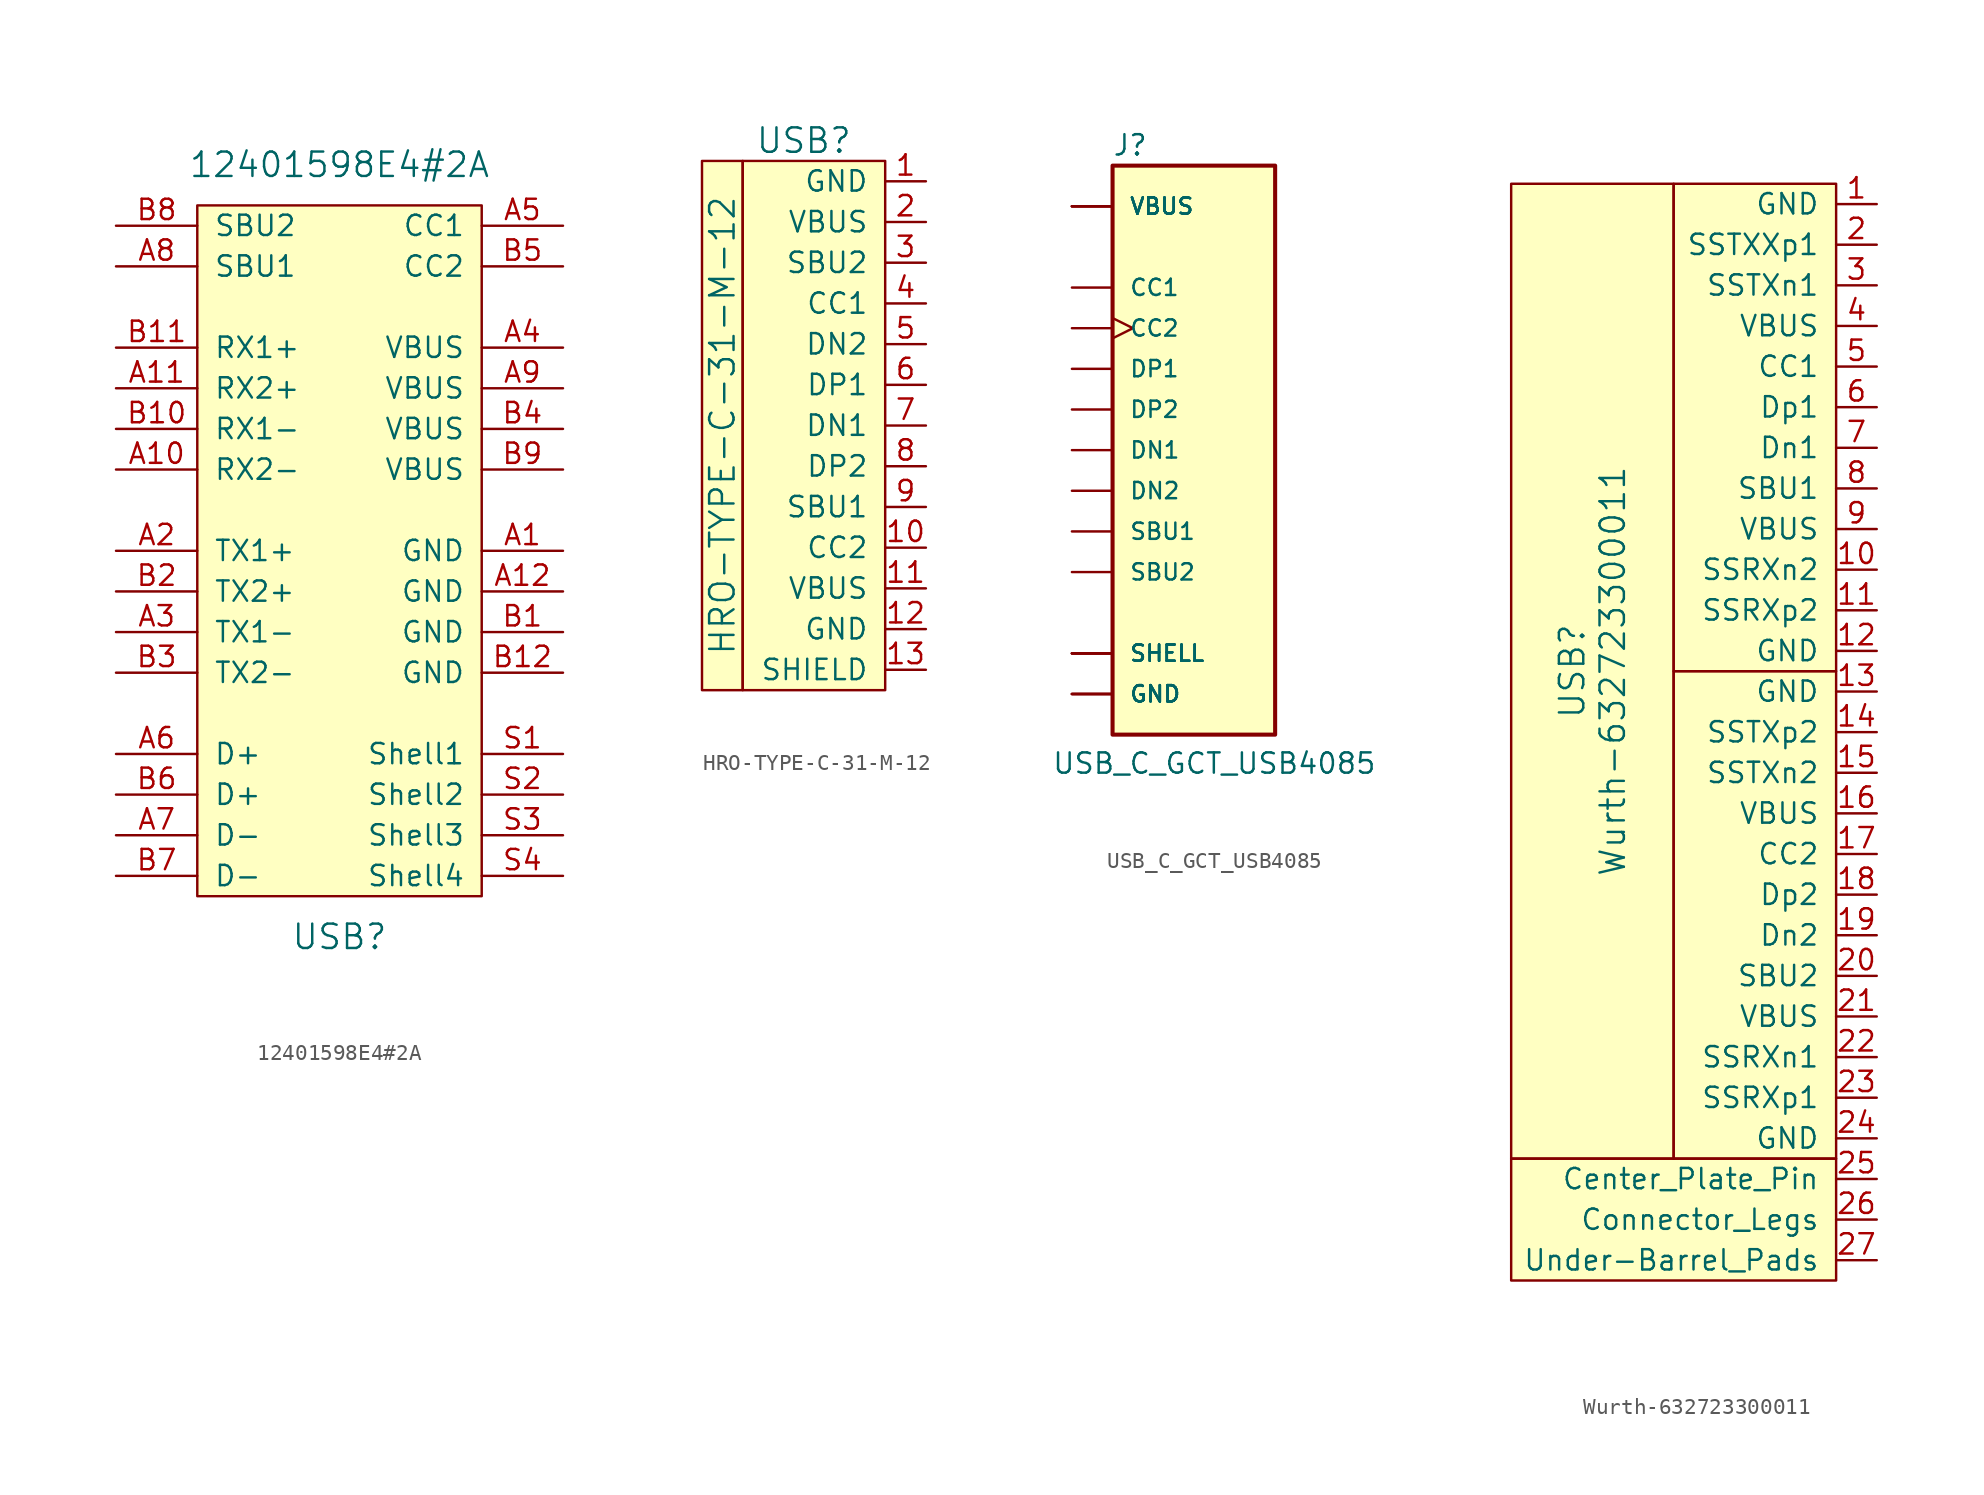
<source format=kicad_sym>
(kicad_symbol_lib
  (version 20201005)
  (generator kicad_symbol_editor)
  (symbol "type-c:12401598E4#2A"
    (pin_names
      (offset 1.016))
    (property "Reference" "USB"
      (at 0 -22.86 0)
      (effects (font (size 1.524 1.524))))
    (property "Value" "12401598E4#2A"
      (at 0 25.4 0)
      (effects (font (size 1.524 1.524))))
    (symbol "12401598E4#2A_1_1"
      (rectangle (start -8.89 22.86) (end 8.89 -20.32) (stroke (width 0)) (fill (type background)))
      (pin input line (at 13.97 1.27 180) (length 5.08) (name "GND" (effects (font (size 1.27 1.27)))) (number "A1" (effects (font (size 1.27 1.27)))))
      (pin input line (at -13.97 6.35 0) (length 5.08) (name "RX2-" (effects (font (size 1.27 1.27)))) (number "A10" (effects (font (size 1.27 1.27)))))
      (pin input line (at -13.97 11.43 0) (length 5.08) (name "RX2+" (effects (font (size 1.27 1.27)))) (number "A11" (effects (font (size 1.27 1.27)))))
      (pin input line (at 13.97 -1.27 180) (length 5.08) (name "GND" (effects (font (size 1.27 1.27)))) (number "A12" (effects (font (size 1.27 1.27)))))
      (pin input line (at -13.97 1.27 0) (length 5.08) (name "TX1+" (effects (font (size 1.27 1.27)))) (number "A2" (effects (font (size 1.27 1.27)))))
      (pin input line (at -13.97 -3.81 0) (length 5.08) (name "TX1-" (effects (font (size 1.27 1.27)))) (number "A3" (effects (font (size 1.27 1.27)))))
      (pin input line (at 13.97 13.97 180) (length 5.08) (name "VBUS" (effects (font (size 1.27 1.27)))) (number "A4" (effects (font (size 1.27 1.27)))))
      (pin input line (at 13.97 21.59 180) (length 5.08) (name "CC1" (effects (font (size 1.27 1.27)))) (number "A5" (effects (font (size 1.27 1.27)))))
      (pin input line (at -13.97 -11.43 0) (length 5.08) (name "D+" (effects (font (size 1.27 1.27)))) (number "A6" (effects (font (size 1.27 1.27)))))
      (pin input line (at -13.97 -16.51 0) (length 5.08) (name "D-" (effects (font (size 1.27 1.27)))) (number "A7" (effects (font (size 1.27 1.27)))))
      (pin input line (at -13.97 19.05 0) (length 5.08) (name "SBU1" (effects (font (size 1.27 1.27)))) (number "A8" (effects (font (size 1.27 1.27)))))
      (pin input line (at 13.97 11.43 180) (length 5.08) (name "VBUS" (effects (font (size 1.27 1.27)))) (number "A9" (effects (font (size 1.27 1.27)))))
      (pin input line (at 13.97 -3.81 180) (length 5.08) (name "GND" (effects (font (size 1.27 1.27)))) (number "B1" (effects (font (size 1.27 1.27)))))
      (pin input line (at -13.97 8.89 0) (length 5.08) (name "RX1-" (effects (font (size 1.27 1.27)))) (number "B10" (effects (font (size 1.27 1.27)))))
      (pin input line (at -13.97 13.97 0) (length 5.08) (name "RX1+" (effects (font (size 1.27 1.27)))) (number "B11" (effects (font (size 1.27 1.27)))))
      (pin input line (at 13.97 -6.35 180) (length 5.08) (name "GND" (effects (font (size 1.27 1.27)))) (number "B12" (effects (font (size 1.27 1.27)))))
      (pin input line (at -13.97 -1.27 0) (length 5.08) (name "TX2+" (effects (font (size 1.27 1.27)))) (number "B2" (effects (font (size 1.27 1.27)))))
      (pin input line (at -13.97 -6.35 0) (length 5.08) (name "TX2-" (effects (font (size 1.27 1.27)))) (number "B3" (effects (font (size 1.27 1.27)))))
      (pin input line (at 13.97 8.89 180) (length 5.08) (name "VBUS" (effects (font (size 1.27 1.27)))) (number "B4" (effects (font (size 1.27 1.27)))))
      (pin input line (at 13.97 19.05 180) (length 5.08) (name "CC2" (effects (font (size 1.27 1.27)))) (number "B5" (effects (font (size 1.27 1.27)))))
      (pin input line (at -13.97 -13.97 0) (length 5.08) (name "D+" (effects (font (size 1.27 1.27)))) (number "B6" (effects (font (size 1.27 1.27)))))
      (pin input line (at -13.97 -19.05 0) (length 5.08) (name "D-" (effects (font (size 1.27 1.27)))) (number "B7" (effects (font (size 1.27 1.27)))))
      (pin input line (at -13.97 21.59 0) (length 5.08) (name "SBU2" (effects (font (size 1.27 1.27)))) (number "B8" (effects (font (size 1.27 1.27)))))
      (pin input line (at 13.97 6.35 180) (length 5.08) (name "VBUS" (effects (font (size 1.27 1.27)))) (number "B9" (effects (font (size 1.27 1.27)))))
      (pin input line (at 13.97 -11.43 180) (length 5.08) (name "Shell1" (effects (font (size 1.27 1.27)))) (number "S1" (effects (font (size 1.27 1.27)))))
      (pin input line (at 13.97 -13.97 180) (length 5.08) (name "Shell2" (effects (font (size 1.27 1.27)))) (number "S2" (effects (font (size 1.27 1.27)))))
      (pin input line (at 13.97 -16.51 180) (length 5.08) (name "Shell3" (effects (font (size 1.27 1.27)))) (number "S3" (effects (font (size 1.27 1.27)))))
      (pin input line (at 13.97 -19.05 180) (length 5.08) (name "Shell4" (effects (font (size 1.27 1.27)))) (number "S4" (effects (font (size 1.27 1.27)))))))
  (symbol "type-c:HRO-TYPE-C-31-M-12"
    (pin_names
      (offset 1.016))
    (property "Reference" "USB"
      (at -5.08 16.51 0)
      (effects (font (size 1.524 1.524))))
    (property "Value" "HRO-TYPE-C-31-M-12"
      (at -10.16 -1.27 90)
      (effects (font (size 1.524 1.524))))
    (symbol "HRO-TYPE-C-31-M-12_0_1"
      (rectangle (start -11.43 15.24) (end -8.89 -17.78) (stroke (width 0)) (fill (type background)))
      (rectangle (start 0 -17.78) (end -8.89 15.24) (stroke (width 0)) (fill (type background))))
    (symbol "HRO-TYPE-C-31-M-12_1_1"
      (pin input line (at 2.54 13.97 180) (length 2.54) (name "GND" (effects (font (size 1.27 1.27)))) (number "1" (effects (font (size 1.27 1.27)))))
      (pin input line (at 2.54 -8.89 180) (length 2.54) (name "CC2" (effects (font (size 1.27 1.27)))) (number "10" (effects (font (size 1.27 1.27)))))
      (pin input line (at 2.54 -11.43 180) (length 2.54) (name "VBUS" (effects (font (size 1.27 1.27)))) (number "11" (effects (font (size 1.27 1.27)))))
      (pin input line (at 2.54 -13.97 180) (length 2.54) (name "GND" (effects (font (size 1.27 1.27)))) (number "12" (effects (font (size 1.27 1.27)))))
      (pin input line (at 2.54 -16.51 180) (length 2.54) (name "SHIELD" (effects (font (size 1.27 1.27)))) (number "13" (effects (font (size 1.27 1.27)))))
      (pin input line (at 2.54 11.43 180) (length 2.54) (name "VBUS" (effects (font (size 1.27 1.27)))) (number "2" (effects (font (size 1.27 1.27)))))
      (pin input line (at 2.54 8.89 180) (length 2.54) (name "SBU2" (effects (font (size 1.27 1.27)))) (number "3" (effects (font (size 1.27 1.27)))))
      (pin input line (at 2.54 6.35 180) (length 2.54) (name "CC1" (effects (font (size 1.27 1.27)))) (number "4" (effects (font (size 1.27 1.27)))))
      (pin input line (at 2.54 3.81 180) (length 2.54) (name "DN2" (effects (font (size 1.27 1.27)))) (number "5" (effects (font (size 1.27 1.27)))))
      (pin input line (at 2.54 1.27 180) (length 2.54) (name "DP1" (effects (font (size 1.27 1.27)))) (number "6" (effects (font (size 1.27 1.27)))))
      (pin input line (at 2.54 -1.27 180) (length 2.54) (name "DN1" (effects (font (size 1.27 1.27)))) (number "7" (effects (font (size 1.27 1.27)))))
      (pin input line (at 2.54 -3.81 180) (length 2.54) (name "DP2" (effects (font (size 1.27 1.27)))) (number "8" (effects (font (size 1.27 1.27)))))
      (pin input line (at 2.54 -6.35 180) (length 2.54) (name "SBU1" (effects (font (size 1.27 1.27)))) (number "9" (effects (font (size 1.27 1.27)))))))
  (symbol "type-c:USB_C_GCT_USB4085"
    (pin_numbers hide)
    (pin_names
      (offset 1.016))
    (property "Reference" "J"
      (at -5.105 18.313 0)
      (effects (font (size 1.27 1.27)) (justify left bottom)))
    (property "Value" "USB_C_GCT_USB4085"
      (at -8.89 -20.32 0)
      (effects (font (size 1.27 1.27)) (justify left bottom)))
    (symbol "USB_C_GCT_USB4085_0_0"
      (rectangle (start -5.08 -17.78) (end 5.08 17.78) (stroke (width 0.254)) (fill (type background)))
      (pin passive line (at -7.62 -15.24 0) (length 2.54) (name "GND" (effects (font (size 1.016 1.016)))) (number "A1" (effects (font (size 1.016 1.016)))))
      (pin passive line (at -7.62 -15.24 0) (length 2.54) (name "GND" (effects (font (size 1.016 1.016)))) (number "A12" (effects (font (size 1.016 1.016)))))
      (pin power_in line (at -7.62 15.24 0) (length 2.54) (name "VBUS" (effects (font (size 1.016 1.016)))) (number "A4" (effects (font (size 1.016 1.016)))))
      (pin bidirectional line (at -7.62 10.16 0) (length 2.54) (name "CC1" (effects (font (size 1.016 1.016)))) (number "A5" (effects (font (size 1.016 1.016)))))
      (pin bidirectional line (at -7.62 5.08 0) (length 2.54) (name "DP1" (effects (font (size 1.016 1.016)))) (number "A6" (effects (font (size 1.016 1.016)))))
      (pin bidirectional line (at -7.62 0 0) (length 2.54) (name "DN1" (effects (font (size 1.016 1.016)))) (number "A7" (effects (font (size 1.016 1.016)))))
      (pin bidirectional line (at -7.62 -5.08 0) (length 2.54) (name "SBU1" (effects (font (size 1.016 1.016)))) (number "A8" (effects (font (size 1.016 1.016)))))
      (pin power_in line (at -7.62 15.24 0) (length 2.54) (name "VBUS" (effects (font (size 1.016 1.016)))) (number "A9" (effects (font (size 1.016 1.016)))))
      (pin passive line (at -7.62 -15.24 0) (length 2.54) (name "GND" (effects (font (size 1.016 1.016)))) (number "B1" (effects (font (size 1.016 1.016)))))
      (pin passive line (at -7.62 -15.24 0) (length 2.54) (name "GND" (effects (font (size 1.016 1.016)))) (number "B12" (effects (font (size 1.016 1.016)))))
      (pin power_in line (at -7.62 15.24 0) (length 2.54) (name "VBUS" (effects (font (size 1.016 1.016)))) (number "B4" (effects (font (size 1.016 1.016)))))
      (pin bidirectional clock (at -7.62 7.62 0) (length 2.54) (name "CC2" (effects (font (size 1.016 1.016)))) (number "B5" (effects (font (size 1.016 1.016)))))
      (pin bidirectional line (at -7.62 2.54 0) (length 2.54) (name "DP2" (effects (font (size 1.016 1.016)))) (number "B6" (effects (font (size 1.016 1.016)))))
      (pin bidirectional line (at -7.62 -2.54 0) (length 2.54) (name "DN2" (effects (font (size 1.016 1.016)))) (number "B7" (effects (font (size 1.016 1.016)))))
      (pin bidirectional line (at -7.62 -7.62 0) (length 2.54) (name "SBU2" (effects (font (size 1.016 1.016)))) (number "B8" (effects (font (size 1.016 1.016)))))
      (pin power_in line (at -7.62 15.24 0) (length 2.54) (name "VBUS" (effects (font (size 1.016 1.016)))) (number "B9" (effects (font (size 1.016 1.016)))))
      (pin passive line (at -7.62 -12.7 0) (length 2.54) (name "SHELL" (effects (font (size 1.016 1.016)))) (number "P1" (effects (font (size 1.016 1.016)))))
      (pin passive line (at -7.62 -12.7 0) (length 2.54) (name "SHELL" (effects (font (size 1.016 1.016)))) (number "P2" (effects (font (size 1.016 1.016)))))
      (pin passive line (at -7.62 -12.7 0) (length 2.54) (name "SHELL" (effects (font (size 1.016 1.016)))) (number "P3" (effects (font (size 1.016 1.016)))))
      (pin passive line (at -7.62 -12.7 0) (length 2.54) (name "SHELL" (effects (font (size 1.016 1.016)))) (number "P4" (effects (font (size 1.016 1.016)))))))
  (symbol "type-c:Wurth-632723300011"
    (pin_names
      (offset 1.016))
    (property "Reference" "USB"
      (at -16.51 0 90)
      (effects (font (size 1.524 1.524))))
    (property "Value" "Wurth-632723300011"
      (at -13.97 0 90)
      (effects (font (size 1.524 1.524))))
    (symbol "Wurth-632723300011_0_1"
      (rectangle (start -10.16 0) (end 0 -30.48) (stroke (width 0)) (fill (type background)))
      (rectangle (start -10.16 30.48) (end -20.32 -30.48) (stroke (width 0)) (fill (type background)))
      (rectangle (start 0 -30.48) (end -20.32 -38.1) (stroke (width 0)) (fill (type background)))
      (rectangle (start 0 0) (end -10.16 30.48) (stroke (width 0)) (fill (type background))))
    (symbol "Wurth-632723300011_1_1"
      (pin input line (at 2.54 29.21 180) (length 2.54) (name "GND" (effects (font (size 1.27 1.27)))) (number "1" (effects (font (size 1.27 1.27)))))
      (pin input line (at 2.54 6.35 180) (length 2.54) (name "SSRXn2" (effects (font (size 1.27 1.27)))) (number "10" (effects (font (size 1.27 1.27)))))
      (pin input line (at 2.54 3.81 180) (length 2.54) (name "SSRXp2" (effects (font (size 1.27 1.27)))) (number "11" (effects (font (size 1.27 1.27)))))
      (pin input line (at 2.54 1.27 180) (length 2.54) (name "GND" (effects (font (size 1.27 1.27)))) (number "12" (effects (font (size 1.27 1.27)))))
      (pin input line (at 2.54 -1.27 180) (length 2.54) (name "GND" (effects (font (size 1.27 1.27)))) (number "13" (effects (font (size 1.27 1.27)))))
      (pin input line (at 2.54 -3.81 180) (length 2.54) (name "SSTXp2" (effects (font (size 1.27 1.27)))) (number "14" (effects (font (size 1.27 1.27)))))
      (pin input line (at 2.54 -6.35 180) (length 2.54) (name "SSTXn2" (effects (font (size 1.27 1.27)))) (number "15" (effects (font (size 1.27 1.27)))))
      (pin input line (at 2.54 -8.89 180) (length 2.54) (name "VBUS" (effects (font (size 1.27 1.27)))) (number "16" (effects (font (size 1.27 1.27)))))
      (pin input line (at 2.54 -11.43 180) (length 2.54) (name "CC2" (effects (font (size 1.27 1.27)))) (number "17" (effects (font (size 1.27 1.27)))))
      (pin input line (at 2.54 -13.97 180) (length 2.54) (name "Dp2" (effects (font (size 1.27 1.27)))) (number "18" (effects (font (size 1.27 1.27)))))
      (pin input line (at 2.54 -16.51 180) (length 2.54) (name "Dn2" (effects (font (size 1.27 1.27)))) (number "19" (effects (font (size 1.27 1.27)))))
      (pin input line (at 2.54 26.67 180) (length 2.54) (name "SSTXXp1" (effects (font (size 1.27 1.27)))) (number "2" (effects (font (size 1.27 1.27)))))
      (pin input line (at 2.54 -19.05 180) (length 2.54) (name "SBU2" (effects (font (size 1.27 1.27)))) (number "20" (effects (font (size 1.27 1.27)))))
      (pin input line (at 2.54 -21.59 180) (length 2.54) (name "VBUS" (effects (font (size 1.27 1.27)))) (number "21" (effects (font (size 1.27 1.27)))))
      (pin input line (at 2.54 -24.13 180) (length 2.54) (name "SSRXn1" (effects (font (size 1.27 1.27)))) (number "22" (effects (font (size 1.27 1.27)))))
      (pin input line (at 2.54 -26.67 180) (length 2.54) (name "SSRXp1" (effects (font (size 1.27 1.27)))) (number "23" (effects (font (size 1.27 1.27)))))
      (pin input line (at 2.54 -29.21 180) (length 2.54) (name "GND" (effects (font (size 1.27 1.27)))) (number "24" (effects (font (size 1.27 1.27)))))
      (pin input line (at 2.54 -31.75 180) (length 2.54) (name "Center_Plate_Pin" (effects (font (size 1.27 1.27)))) (number "25" (effects (font (size 1.27 1.27)))))
      (pin input line (at 2.54 -34.29 180) (length 2.54) (name "Connector_Legs" (effects (font (size 1.27 1.27)))) (number "26" (effects (font (size 1.27 1.27)))))
      (pin input line (at 2.54 -36.83 180) (length 2.54) (name "Under-Barrel_Pads" (effects (font (size 1.27 1.27)))) (number "27" (effects (font (size 1.27 1.27)))))
      (pin input line (at 2.54 24.13 180) (length 2.54) (name "SSTXn1" (effects (font (size 1.27 1.27)))) (number "3" (effects (font (size 1.27 1.27)))))
      (pin input line (at 2.54 21.59 180) (length 2.54) (name "VBUS" (effects (font (size 1.27 1.27)))) (number "4" (effects (font (size 1.27 1.27)))))
      (pin input line (at 2.54 19.05 180) (length 2.54) (name "CC1" (effects (font (size 1.27 1.27)))) (number "5" (effects (font (size 1.27 1.27)))))
      (pin input line (at 2.54 16.51 180) (length 2.54) (name "Dp1" (effects (font (size 1.27 1.27)))) (number "6" (effects (font (size 1.27 1.27)))))
      (pin input line (at 2.54 13.97 180) (length 2.54) (name "Dn1" (effects (font (size 1.27 1.27)))) (number "7" (effects (font (size 1.27 1.27)))))
      (pin input line (at 2.54 11.43 180) (length 2.54) (name "SBU1" (effects (font (size 1.27 1.27)))) (number "8" (effects (font (size 1.27 1.27)))))
      (pin input line (at 2.54 8.89 180) (length 2.54) (name "VBUS" (effects (font (size 1.27 1.27)))) (number "9" (effects (font (size 1.27 1.27))))))))
</source>
